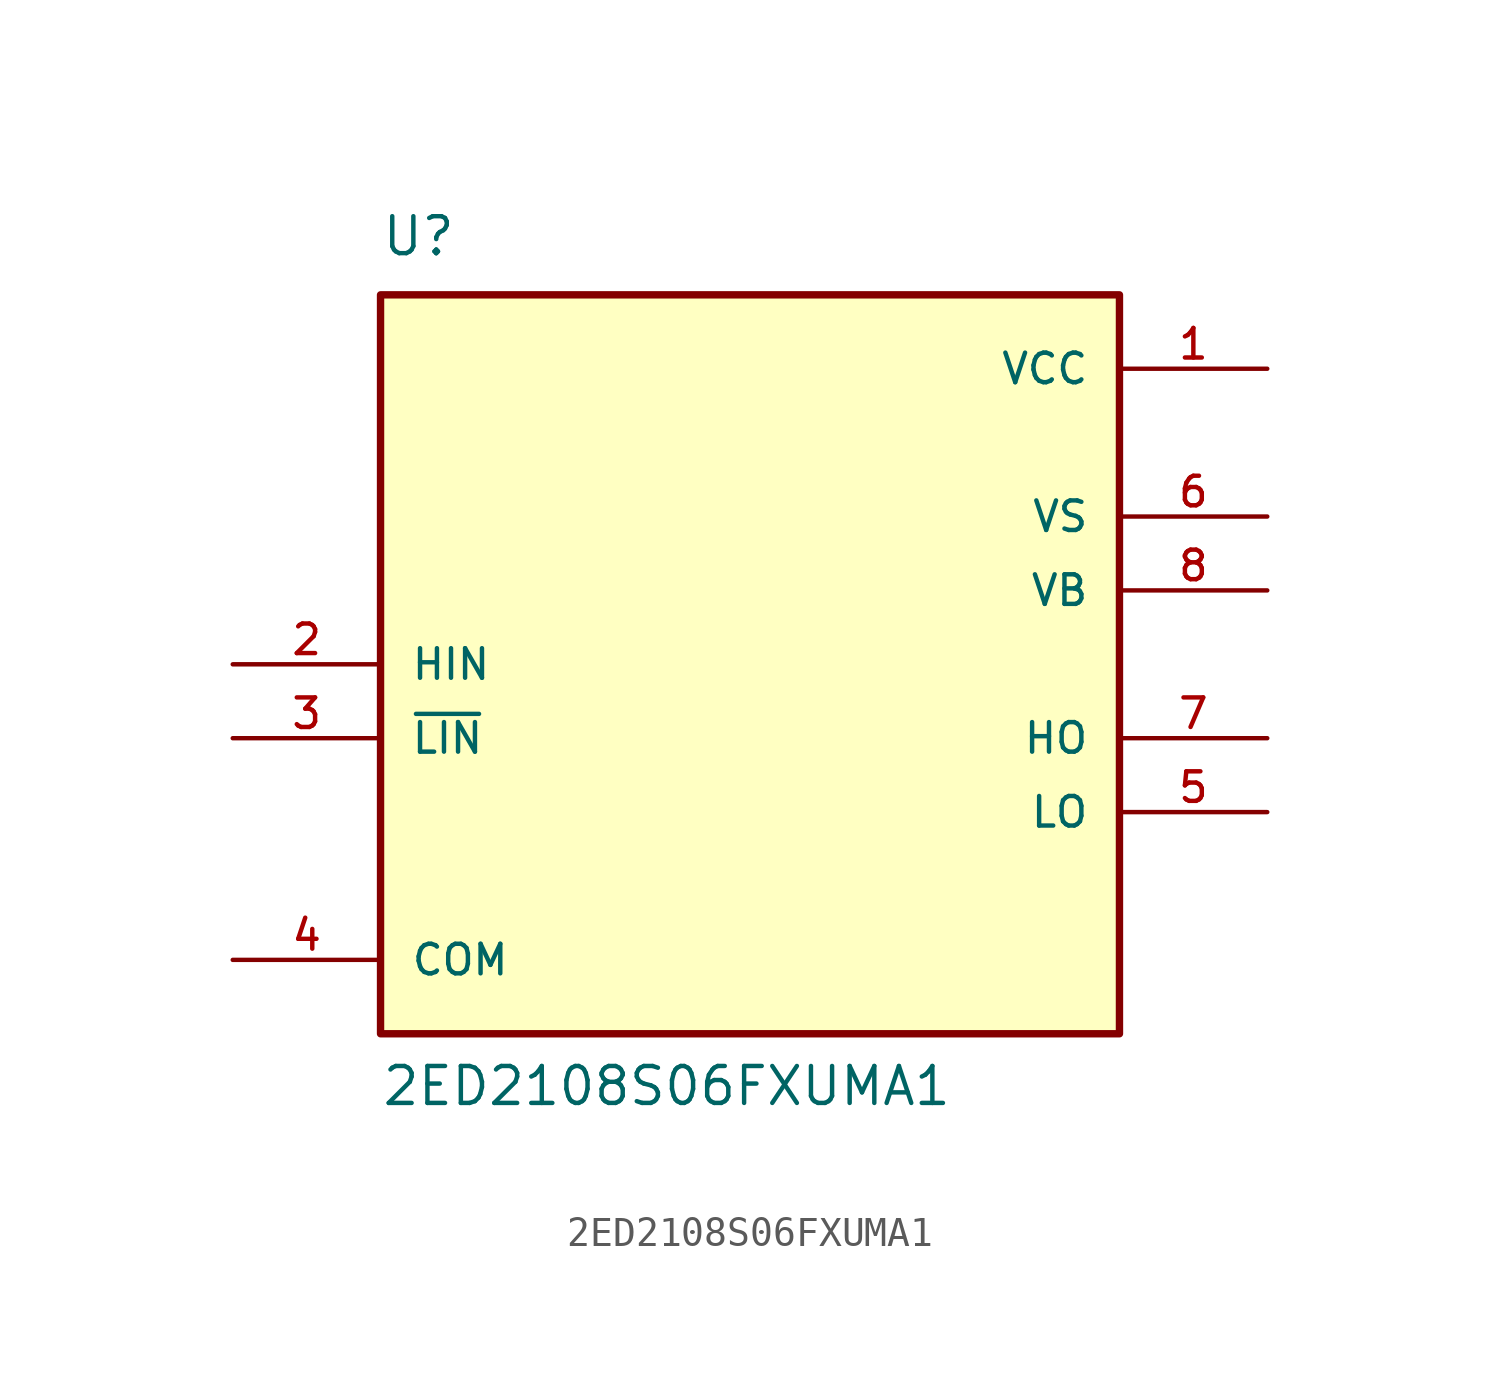
<source format=kicad_sym>
(kicad_symbol_lib
  (version 20211014)
  (generator kicad_symbol_editor)
  (symbol "2ED2108S06FXUMA1"
    (pin_names
      (offset 1.016))
    (property "Reference" "U"
      (at -12.7 13.97 0)
      (effects (font (size 1.27 1.27)) (justify bottom left)))
    (property "Value" "2ED2108S06FXUMA1"
      (at -12.7 -15.24 0)
      (effects (font (size 1.27 1.27)) (justify bottom left)))
    (symbol "2ED2108S06FXUMA1_0_0"
      (rectangle (start -12.7 -12.7) (end 12.7 12.7) (stroke (width 0.254)) (fill (type background)))
      (pin power_in line (at 17.78 10.16 180.0) (length 5.08) (name "VCC" (effects (font (size 1.016 1.016)))) (number "1" (effects (font (size 1.016 1.016)))))
      (pin input line (at -17.78 0.0 0) (length 5.08) (name "HIN" (effects (font (size 1.016 1.016)))) (number "2" (effects (font (size 1.016 1.016)))))
      (pin input line (at -17.78 -2.54 0) (length 5.08) (name "~{LIN}" (effects (font (size 1.016 1.016)))) (number "3" (effects (font (size 1.016 1.016)))))
      (pin output line (at 17.78 -5.08 180.0) (length 5.08) (name "LO" (effects (font (size 1.016 1.016)))) (number "5" (effects (font (size 1.016 1.016)))))
      (pin output line (at 17.78 -2.54 180.0) (length 5.08) (name "HO" (effects (font (size 1.016 1.016)))) (number "7" (effects (font (size 1.016 1.016)))))
      (pin power_in line (at 17.78 2.54 180.0) (length 5.08) (name "VB" (effects (font (size 1.016 1.016)))) (number "8" (effects (font (size 1.016 1.016)))))
      (pin passive line (at -17.78 -10.16 0) (length 5.08) (name "COM" (effects (font (size 1.016 1.016)))) (number "4" (effects (font (size 1.016 1.016)))))
      (pin power_in line (at 17.78 5.08 180.0) (length 5.08) (name "VS" (effects (font (size 1.016 1.016)))) (number "6" (effects (font (size 1.016 1.016))))))))
</source>
